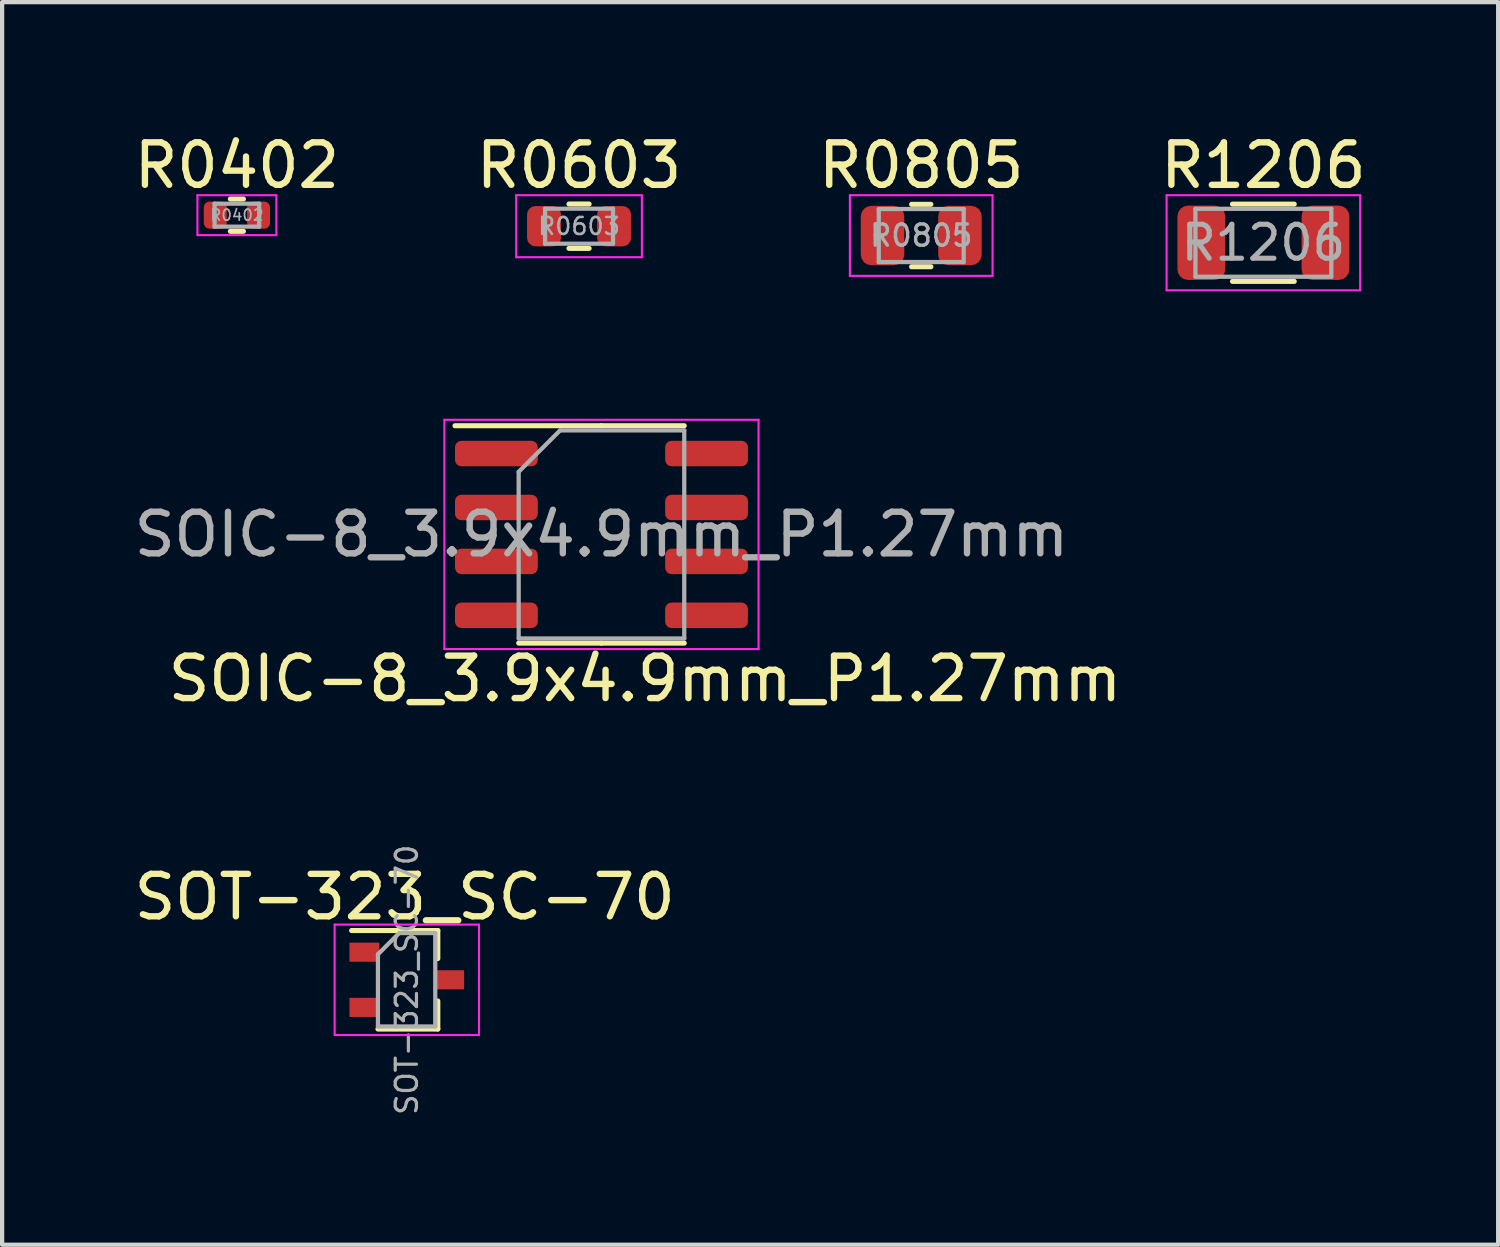
<source format=kicad_pcb>
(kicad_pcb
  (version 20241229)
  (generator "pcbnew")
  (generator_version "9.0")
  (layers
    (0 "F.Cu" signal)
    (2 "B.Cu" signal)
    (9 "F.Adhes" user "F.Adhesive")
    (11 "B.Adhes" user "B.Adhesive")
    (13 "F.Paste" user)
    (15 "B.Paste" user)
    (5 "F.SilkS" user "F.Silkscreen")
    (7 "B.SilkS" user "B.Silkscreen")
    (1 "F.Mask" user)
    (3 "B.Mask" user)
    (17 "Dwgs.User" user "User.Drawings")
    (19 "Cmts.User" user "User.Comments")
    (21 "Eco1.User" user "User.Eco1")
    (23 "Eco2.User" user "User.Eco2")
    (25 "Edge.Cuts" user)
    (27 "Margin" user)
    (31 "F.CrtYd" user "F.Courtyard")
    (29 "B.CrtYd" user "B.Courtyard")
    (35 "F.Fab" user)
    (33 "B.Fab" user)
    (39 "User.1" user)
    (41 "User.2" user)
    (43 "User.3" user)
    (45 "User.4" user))
  (footprint "R0805"
    (layer "F.Cu")
    (at 18.649 2.498)
    (property "Reference" "R0805" (at 0 -1.65 0) (layer "F.SilkS") (effects (font (size 1 1) (thickness 0.15))))
    (attr smd)
    (fp_line (start -0.227 -0.735) (end 0.227 -0.735) (stroke (width 0.12) (type solid)) (layer "F.SilkS"))
    (fp_line (start -0.227 0.735) (end 0.227 0.735) (stroke (width 0.12) (type solid)) (layer "F.SilkS"))
    (fp_line (start -1.68 -0.95) (end 1.68 -0.95) (stroke (width 0.05) (type solid)) (layer "F.CrtYd"))
    (fp_line (start -1.68 0.95) (end -1.68 -0.95) (stroke (width 0.05) (type solid)) (layer "F.CrtYd"))
    (fp_line (start 1.68 -0.95) (end 1.68 0.95) (stroke (width 0.05) (type solid)) (layer "F.CrtYd"))
    (fp_line (start 1.68 0.95) (end -1.68 0.95) (stroke (width 0.05) (type solid)) (layer "F.CrtYd"))
    (fp_line (start -1 -0.625) (end 1 -0.625) (stroke (width 0.1) (type solid)) (layer "F.Fab"))
    (fp_line (start -1 0.625) (end -1 -0.625) (stroke (width 0.1) (type solid)) (layer "F.Fab"))
    (fp_line (start 1 -0.625) (end 1 0.625) (stroke (width 0.1) (type solid)) (layer "F.Fab"))
    (fp_line (start 1 0.625) (end -1 0.625) (stroke (width 0.1) (type solid)) (layer "F.Fab"))
    (fp_text user "${REFERENCE}" (at 0 0 0) (layer "F.Fab") (effects (font (size 0.5 0.5) (thickness 0.08))))
    (pad "1" smd roundrect (at -0.912 0) (size 1.025 1.4) (layers "F.Cu" "F.Mask" "F.Paste") (roundrect_rratio 0.244))
    (pad "2" smd roundrect (at 0.912 0) (size 1.025 1.4) (layers "F.Cu" "F.Mask" "F.Paste") (roundrect_rratio 0.244)))
  (footprint "R1206"
    (layer "F.Cu")
    (at 26.708 2.668)
    (property "Reference" "R1206" (at 0 -1.82 0) (layer "F.SilkS") (effects (font (size 1 1) (thickness 0.15))))
    (attr smd)
    (fp_line (start -0.727 -0.91) (end 0.727 -0.91) (stroke (width 0.12) (type solid)) (layer "F.SilkS"))
    (fp_line (start -0.727 0.91) (end 0.727 0.91) (stroke (width 0.12) (type solid)) (layer "F.SilkS"))
    (fp_line (start -2.28 -1.12) (end 2.28 -1.12) (stroke (width 0.05) (type solid)) (layer "F.CrtYd"))
    (fp_line (start -2.28 1.12) (end -2.28 -1.12) (stroke (width 0.05) (type solid)) (layer "F.CrtYd"))
    (fp_line (start 2.28 -1.12) (end 2.28 1.12) (stroke (width 0.05) (type solid)) (layer "F.CrtYd"))
    (fp_line (start 2.28 1.12) (end -2.28 1.12) (stroke (width 0.05) (type solid)) (layer "F.CrtYd"))
    (fp_line (start -1.6 -0.8) (end 1.6 -0.8) (stroke (width 0.1) (type solid)) (layer "F.Fab"))
    (fp_line (start -1.6 0.8) (end -1.6 -0.8) (stroke (width 0.1) (type solid)) (layer "F.Fab"))
    (fp_line (start 1.6 -0.8) (end 1.6 0.8) (stroke (width 0.1) (type solid)) (layer "F.Fab"))
    (fp_line (start 1.6 0.8) (end -1.6 0.8) (stroke (width 0.1) (type solid)) (layer "F.Fab"))
    (fp_text user "${REFERENCE}" (at 0 0 0) (layer "F.Fab") (effects (font (size 0.8 0.8) (thickness 0.12))))
    (pad "1" smd roundrect (at -1.462 0) (size 1.125 1.75) (layers "F.Cu" "F.Mask" "F.Paste") (roundrect_rratio 0.222))
    (pad "2" smd roundrect (at 1.462 0) (size 1.125 1.75) (layers "F.Cu" "F.Mask" "F.Paste") (roundrect_rratio 0.222)))
  (footprint "R0402"
    (layer "F.Cu")
    (at 2.53 2.018)
    (property "Reference" "R0402" (at 0 -1.17 0) (layer "F.SilkS") (effects (font (size 1 1) (thickness 0.15))))
    (attr smd)
    (fp_line (start -0.154 -0.38) (end 0.154 -0.38) (stroke (width 0.12) (type solid)) (layer "F.SilkS"))
    (fp_line (start -0.154 0.38) (end 0.154 0.38) (stroke (width 0.12) (type solid)) (layer "F.SilkS"))
    (fp_line (start -0.93 -0.47) (end 0.93 -0.47) (stroke (width 0.05) (type solid)) (layer "F.CrtYd"))
    (fp_line (start -0.93 0.47) (end -0.93 -0.47) (stroke (width 0.05) (type solid)) (layer "F.CrtYd"))
    (fp_line (start 0.93 -0.47) (end 0.93 0.47) (stroke (width 0.05) (type solid)) (layer "F.CrtYd"))
    (fp_line (start 0.93 0.47) (end -0.93 0.47) (stroke (width 0.05) (type solid)) (layer "F.CrtYd"))
    (fp_line (start -0.525 -0.27) (end 0.525 -0.27) (stroke (width 0.1) (type solid)) (layer "F.Fab"))
    (fp_line (start -0.525 0.27) (end -0.525 -0.27) (stroke (width 0.1) (type solid)) (layer "F.Fab"))
    (fp_line (start 0.525 -0.27) (end 0.525 0.27) (stroke (width 0.1) (type solid)) (layer "F.Fab"))
    (fp_line (start 0.525 0.27) (end -0.525 0.27) (stroke (width 0.1) (type solid)) (layer "F.Fab"))
    (fp_text user "${REFERENCE}" (at 0 0 0) (layer "F.Fab") (effects (font (size 0.26 0.26) (thickness 0.04))))
    (pad "1" smd roundrect (at -0.51 0) (size 0.54 0.64) (layers "F.Cu" "F.Mask" "F.Paste") (roundrect_rratio 0.25))
    (pad "2" smd roundrect (at 0.51 0) (size 0.54 0.64) (layers "F.Cu" "F.Mask" "F.Paste") (roundrect_rratio 0.25)))
  (footprint "R0603"
    (layer "F.Cu")
    (at 10.589 2.278)
    (property "Reference" "R0603" (at 0 -1.43 0) (layer "F.SilkS") (effects (font (size 1 1) (thickness 0.15))))
    (attr smd)
    (fp_line (start -0.237 -0.522) (end 0.237 -0.522) (stroke (width 0.12) (type solid)) (layer "F.SilkS"))
    (fp_line (start -0.237 0.522) (end 0.237 0.522) (stroke (width 0.12) (type solid)) (layer "F.SilkS"))
    (fp_line (start -1.48 -0.73) (end 1.48 -0.73) (stroke (width 0.05) (type solid)) (layer "F.CrtYd"))
    (fp_line (start -1.48 0.73) (end -1.48 -0.73) (stroke (width 0.05) (type solid)) (layer "F.CrtYd"))
    (fp_line (start 1.48 -0.73) (end 1.48 0.73) (stroke (width 0.05) (type solid)) (layer "F.CrtYd"))
    (fp_line (start 1.48 0.73) (end -1.48 0.73) (stroke (width 0.05) (type solid)) (layer "F.CrtYd"))
    (fp_line (start -0.8 -0.412) (end 0.8 -0.412) (stroke (width 0.1) (type solid)) (layer "F.Fab"))
    (fp_line (start -0.8 0.412) (end -0.8 -0.412) (stroke (width 0.1) (type solid)) (layer "F.Fab"))
    (fp_line (start 0.8 -0.412) (end 0.8 0.412) (stroke (width 0.1) (type solid)) (layer "F.Fab"))
    (fp_line (start 0.8 0.412) (end -0.8 0.412) (stroke (width 0.1) (type solid)) (layer "F.Fab"))
    (fp_text user "${REFERENCE}" (at 0 0 0) (layer "F.Fab") (effects (font (size 0.4 0.4) (thickness 0.06))))
    (pad "1" smd roundrect (at -0.825 0) (size 0.8 0.95) (layers "F.Cu" "F.Mask" "F.Paste") (roundrect_rratio 0.25))
    (pad "2" smd roundrect (at 0.825 0) (size 0.8 0.95) (layers "F.Cu" "F.Mask" "F.Paste") (roundrect_rratio 0.25)))
  (footprint "SOT-323_SC-70"
    (layer "F.Cu")
    (at 6.532 20.028)
    (property "Reference" "SOT-323_SC-70" (at -0.05 -1.95 0) (layer "F.SilkS") (effects (font (size 1 1) (thickness 0.15))))
    (attr smd)
    (fp_line (start -0.68 1.16) (end 0.73 1.16) (stroke (width 0.12) (type solid)) (layer "F.SilkS"))
    (fp_line (start 0.73 -1.16) (end -1.3 -1.16) (stroke (width 0.12) (type solid)) (layer "F.SilkS"))
    (fp_line (start 0.73 -1.16) (end 0.73 -0.5) (stroke (width 0.12) (type solid)) (layer "F.SilkS"))
    (fp_line (start 0.73 0.5) (end 0.73 1.16) (stroke (width 0.12) (type solid)) (layer "F.SilkS"))
    (fp_line (start -1.7 -1.3) (end 1.7 -1.3) (stroke (width 0.05) (type solid)) (layer "F.CrtYd"))
    (fp_line (start -1.7 1.3) (end -1.7 -1.3) (stroke (width 0.05) (type solid)) (layer "F.CrtYd"))
    (fp_line (start 1.7 -1.3) (end 1.7 1.3) (stroke (width 0.05) (type solid)) (layer "F.CrtYd"))
    (fp_line (start 1.7 1.3) (end -1.7 1.3) (stroke (width 0.05) (type solid)) (layer "F.CrtYd"))
    (fp_line (start -0.68 -0.6) (end -0.68 1.1) (stroke (width 0.1) (type solid)) (layer "F.Fab"))
    (fp_line (start -0.18 -1.1) (end -0.68 -0.6) (stroke (width 0.1) (type solid)) (layer "F.Fab"))
    (fp_line (start 0.67 -1.1) (end -0.18 -1.1) (stroke (width 0.1) (type solid)) (layer "F.Fab"))
    (fp_line (start 0.67 -1.1) (end 0.67 1.1) (stroke (width 0.1) (type solid)) (layer "F.Fab"))
    (fp_line (start 0.67 1.1) (end -0.68 1.1) (stroke (width 0.1) (type solid)) (layer "F.Fab"))
    (fp_text user "${REFERENCE}" (at 0 0 90) (layer "F.Fab") (effects (font (size 0.5 0.5) (thickness 0.075))))
    (pad "1" smd rect (at -1 -0.65 270) (size 0.45 0.7) (layers "F.Cu" "F.Mask" "F.Paste"))
    (pad "2" smd rect (at -1 0.65 270) (size 0.45 0.7) (layers "F.Cu" "F.Mask" "F.Paste"))
    (pad "3" smd rect (at 1 0 270) (size 0.45 0.7) (layers "F.Cu" "F.Mask" "F.Paste")))
  (footprint "SOIC-8_3.9x4.9mm_P1.27mm"
    (layer "F.Cu")
    (at 11.117 9.538)
    (property "Reference" "SOIC-8_3.9x4.9mm_P1.27mm" (at 1.025 3.4 0) (layer "F.SilkS") (effects (font (size 1 1) (thickness 0.15))))
    (attr smd)
    (fp_line (start 0 -2.56) (end -3.45 -2.56) (stroke (width 0.12) (type solid)) (layer "F.SilkS"))
    (fp_line (start 0 -2.56) (end 1.95 -2.56) (stroke (width 0.12) (type solid)) (layer "F.SilkS"))
    (fp_line (start 0 2.56) (end -1.95 2.56) (stroke (width 0.12) (type solid)) (layer "F.SilkS"))
    (fp_line (start 0 2.56) (end 1.95 2.56) (stroke (width 0.12) (type solid)) (layer "F.SilkS"))
    (fp_line (start -3.7 -2.7) (end -3.7 2.7) (stroke (width 0.05) (type solid)) (layer "F.CrtYd"))
    (fp_line (start -3.7 2.7) (end 3.7 2.7) (stroke (width 0.05) (type solid)) (layer "F.CrtYd"))
    (fp_line (start 3.7 -2.7) (end -3.7 -2.7) (stroke (width 0.05) (type solid)) (layer "F.CrtYd"))
    (fp_line (start 3.7 2.7) (end 3.7 -2.7) (stroke (width 0.05) (type solid)) (layer "F.CrtYd"))
    (fp_line (start -1.95 -1.475) (end -0.975 -2.45) (stroke (width 0.1) (type solid)) (layer "F.Fab"))
    (fp_line (start -1.95 2.45) (end -1.95 -1.475) (stroke (width 0.1) (type solid)) (layer "F.Fab"))
    (fp_line (start -0.975 -2.45) (end 1.95 -2.45) (stroke (width 0.1) (type solid)) (layer "F.Fab"))
    (fp_line (start 1.95 -2.45) (end 1.95 2.45) (stroke (width 0.1) (type solid)) (layer "F.Fab"))
    (fp_line (start 1.95 2.45) (end -1.95 2.45) (stroke (width 0.1) (type solid)) (layer "F.Fab"))
    (fp_text user "${REFERENCE}" (at 0 0 0) (layer "F.Fab") (effects (font (size 0.98 0.98) (thickness 0.15))))
    (pad "1" smd roundrect (at -2.475 -1.905) (size 1.95 0.6) (layers "F.Cu" "F.Mask" "F.Paste") (roundrect_rratio 0.25))
    (pad "2" smd roundrect (at -2.475 -0.635) (size 1.95 0.6) (layers "F.Cu" "F.Mask" "F.Paste") (roundrect_rratio 0.25))
    (pad "3" smd roundrect (at -2.475 0.635) (size 1.95 0.6) (layers "F.Cu" "F.Mask" "F.Paste") (roundrect_rratio 0.25))
    (pad "4" smd roundrect (at -2.475 1.905) (size 1.95 0.6) (layers "F.Cu" "F.Mask" "F.Paste") (roundrect_rratio 0.25))
    (pad "5" smd roundrect (at 2.475 1.905) (size 1.95 0.6) (layers "F.Cu" "F.Mask" "F.Paste") (roundrect_rratio 0.25))
    (pad "6" smd roundrect (at 2.475 0.635) (size 1.95 0.6) (layers "F.Cu" "F.Mask" "F.Paste") (roundrect_rratio 0.25))
    (pad "7" smd roundrect (at 2.475 -0.635) (size 1.95 0.6) (layers "F.Cu" "F.Mask" "F.Paste") (roundrect_rratio 0.25))
    (pad "8" smd roundrect (at 2.475 -1.905) (size 1.95 0.6) (layers "F.Cu" "F.Mask" "F.Paste") (roundrect_rratio 0.25)))
  (gr_rect
    (start -3 -3)
    (end 32.238 26.269)
    (stroke (width 0.1) (type default))
    (fill no)
    (layer "Edge.Cuts")))
</source>
